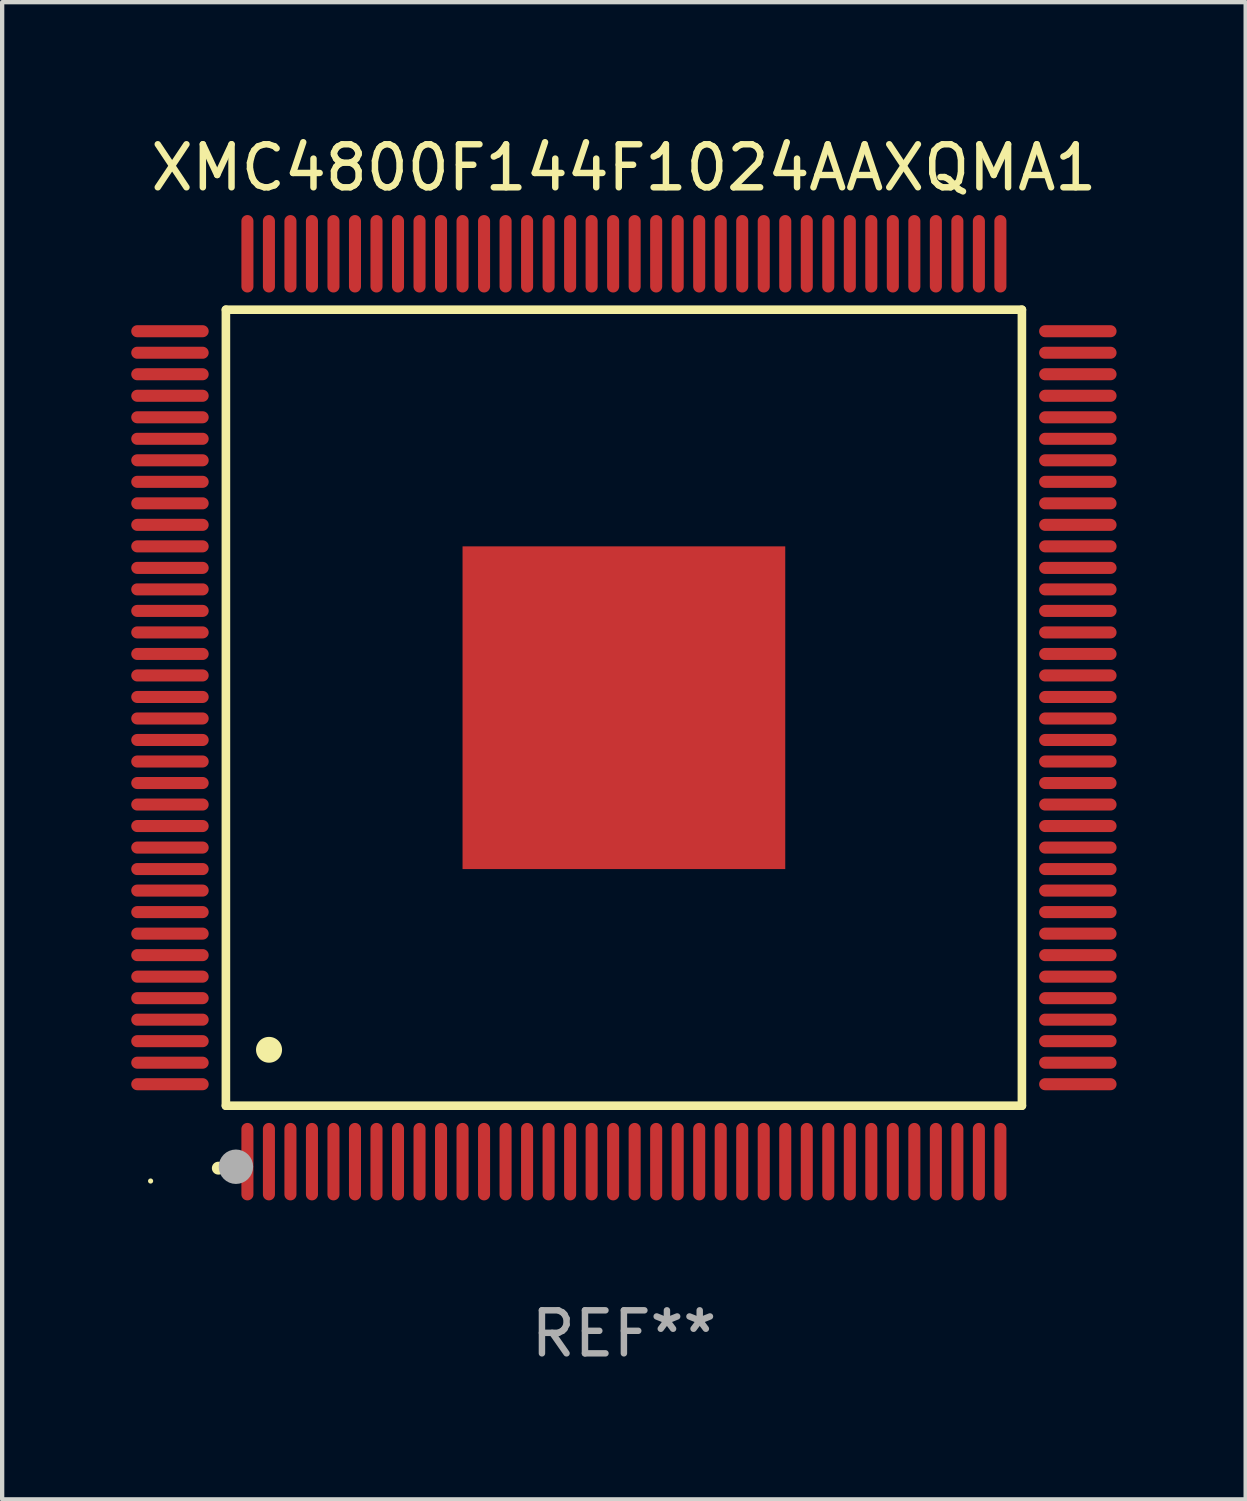
<source format=kicad_pcb>
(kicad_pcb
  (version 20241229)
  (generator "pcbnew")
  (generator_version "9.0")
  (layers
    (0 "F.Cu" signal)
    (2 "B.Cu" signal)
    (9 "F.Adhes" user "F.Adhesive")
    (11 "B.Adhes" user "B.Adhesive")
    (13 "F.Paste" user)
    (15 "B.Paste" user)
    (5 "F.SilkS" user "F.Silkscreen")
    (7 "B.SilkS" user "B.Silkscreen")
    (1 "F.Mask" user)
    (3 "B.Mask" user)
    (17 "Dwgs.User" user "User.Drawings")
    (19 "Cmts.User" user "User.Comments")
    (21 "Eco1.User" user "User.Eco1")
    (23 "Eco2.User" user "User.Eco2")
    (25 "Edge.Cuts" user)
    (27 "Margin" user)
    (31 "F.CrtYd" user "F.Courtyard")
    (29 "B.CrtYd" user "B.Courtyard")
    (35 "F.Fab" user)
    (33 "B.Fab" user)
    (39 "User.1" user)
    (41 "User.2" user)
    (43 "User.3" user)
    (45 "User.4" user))
  (footprint "XMC4800F144F1024AAXQMA1"
    (layer "F.Cu")
    (at 11.45 13.398)
    (property "Reference" "XMC4800F144F1024AAXQMA1" (at 0 -12.55 0) (layer "F.SilkS") (effects (font (size 1 1) (thickness 0.15))))
    (attr through_hole)
    (fp_line (start -9.25 -9.25) (end 9.25 -9.25) (stroke (width 0.2) (type solid)) (layer "F.SilkS"))
    (fp_line (start -9.25 9.25) (end -9.25 -9.25) (stroke (width 0.2) (type solid)) (layer "F.SilkS"))
    (fp_line (start 9.25 -9.25) (end 9.25 9.25) (stroke (width 0.2) (type solid)) (layer "F.SilkS"))
    (fp_line (start 9.25 9.25) (end -9.25 9.25) (stroke (width 0.2) (type solid)) (layer "F.SilkS"))
    (fp_arc (start -9.425959 10.701041) (mid -9.424689 10.701036) (end -9.423419 10.701041) (stroke (width 0.3) (type solid)) (layer "F.SilkS"))
    (fp_arc (start -8.249936 7.950216) (mid -8.247396 7.950205) (end -8.244856 7.950216) (stroke (width 0.6) (type solid)) (layer "F.SilkS"))
    (fp_circle (center -11 11) (end -10.97 11) (stroke (width 0.06) (type solid)) (fill no) (layer "F.SilkS"))
    (fp_circle (center -9.017 10.668) (end -8.817 10.668) (stroke (width 0.4) (type solid)) (fill no) (layer "F.Fab"))
    (fp_text user "REF**" (at 0 14.55 0) (layer "F.Fab") (effects (font (size 1 1) (thickness 0.15))))
    (pad "1" smd oval (at -8.75 10.55 180) (size 0.28 1.8) (layers "F.Cu" "F.Mask" "F.Paste"))
    (pad "2" smd oval (at -8.25 10.55 180) (size 0.28 1.8) (layers "F.Cu" "F.Mask" "F.Paste"))
    (pad "3" smd oval (at -7.75 10.55 180) (size 0.28 1.8) (layers "F.Cu" "F.Mask" "F.Paste"))
    (pad "4" smd oval (at -7.25 10.55 180) (size 0.28 1.8) (layers "F.Cu" "F.Mask" "F.Paste"))
    (pad "5" smd oval (at -6.75 10.55 180) (size 0.28 1.8) (layers "F.Cu" "F.Mask" "F.Paste"))
    (pad "6" smd oval (at -6.25 10.55 180) (size 0.28 1.8) (layers "F.Cu" "F.Mask" "F.Paste"))
    (pad "7" smd oval (at -5.75 10.55 180) (size 0.28 1.8) (layers "F.Cu" "F.Mask" "F.Paste"))
    (pad "8" smd oval (at -5.25 10.55 180) (size 0.28 1.8) (layers "F.Cu" "F.Mask" "F.Paste"))
    (pad "9" smd oval (at -4.75 10.55 180) (size 0.28 1.8) (layers "F.Cu" "F.Mask" "F.Paste"))
    (pad "10" smd oval (at -4.25 10.55 180) (size 0.28 1.8) (layers "F.Cu" "F.Mask" "F.Paste"))
    (pad "11" smd oval (at -3.75 10.55 180) (size 0.28 1.8) (layers "F.Cu" "F.Mask" "F.Paste"))
    (pad "12" smd oval (at -3.25 10.55 180) (size 0.28 1.8) (layers "F.Cu" "F.Mask" "F.Paste"))
    (pad "13" smd oval (at -2.75 10.55 180) (size 0.28 1.8) (layers "F.Cu" "F.Mask" "F.Paste"))
    (pad "14" smd oval (at -2.25 10.55 180) (size 0.28 1.8) (layers "F.Cu" "F.Mask" "F.Paste"))
    (pad "15" smd oval (at -1.75 10.55 180) (size 0.28 1.8) (layers "F.Cu" "F.Mask" "F.Paste"))
    (pad "16" smd oval (at -1.25 10.55 180) (size 0.28 1.8) (layers "F.Cu" "F.Mask" "F.Paste"))
    (pad "17" smd oval (at -0.75 10.55 180) (size 0.28 1.8) (layers "F.Cu" "F.Mask" "F.Paste"))
    (pad "18" smd oval (at -0.25 10.55 180) (size 0.28 1.8) (layers "F.Cu" "F.Mask" "F.Paste"))
    (pad "19" smd oval (at 0.25 10.55 180) (size 0.28 1.8) (layers "F.Cu" "F.Mask" "F.Paste"))
    (pad "20" smd oval (at 0.75 10.55 180) (size 0.28 1.8) (layers "F.Cu" "F.Mask" "F.Paste"))
    (pad "21" smd oval (at 1.25 10.55 180) (size 0.28 1.8) (layers "F.Cu" "F.Mask" "F.Paste"))
    (pad "22" smd oval (at 1.75 10.55 180) (size 0.28 1.8) (layers "F.Cu" "F.Mask" "F.Paste"))
    (pad "23" smd oval (at 2.25 10.55 180) (size 0.28 1.8) (layers "F.Cu" "F.Mask" "F.Paste"))
    (pad "24" smd oval (at 2.75 10.55 180) (size 0.28 1.8) (layers "F.Cu" "F.Mask" "F.Paste"))
    (pad "25" smd oval (at 3.25 10.55 180) (size 0.28 1.8) (layers "F.Cu" "F.Mask" "F.Paste"))
    (pad "26" smd oval (at 3.75 10.55 180) (size 0.28 1.8) (layers "F.Cu" "F.Mask" "F.Paste"))
    (pad "27" smd oval (at 4.25 10.55 180) (size 0.28 1.8) (layers "F.Cu" "F.Mask" "F.Paste"))
    (pad "28" smd oval (at 4.75 10.55 180) (size 0.28 1.8) (layers "F.Cu" "F.Mask" "F.Paste"))
    (pad "29" smd oval (at 5.25 10.55 180) (size 0.28 1.8) (layers "F.Cu" "F.Mask" "F.Paste"))
    (pad "30" smd oval (at 5.75 10.55 180) (size 0.28 1.8) (layers "F.Cu" "F.Mask" "F.Paste"))
    (pad "31" smd oval (at 6.25 10.55 180) (size 0.28 1.8) (layers "F.Cu" "F.Mask" "F.Paste"))
    (pad "32" smd oval (at 6.75 10.55 180) (size 0.28 1.8) (layers "F.Cu" "F.Mask" "F.Paste"))
    (pad "33" smd oval (at 7.25 10.55 180) (size 0.28 1.8) (layers "F.Cu" "F.Mask" "F.Paste"))
    (pad "34" smd oval (at 7.75 10.55 180) (size 0.28 1.8) (layers "F.Cu" "F.Mask" "F.Paste"))
    (pad "35" smd oval (at 8.25 10.55 180) (size 0.28 1.8) (layers "F.Cu" "F.Mask" "F.Paste"))
    (pad "36" smd oval (at 8.75 10.55 180) (size 0.28 1.8) (layers "F.Cu" "F.Mask" "F.Paste"))
    (pad "37" smd oval (at 10.55 8.75 90) (size 0.28 1.8) (layers "F.Cu" "F.Mask" "F.Paste"))
    (pad "38" smd oval (at 10.55 8.25 90) (size 0.28 1.8) (layers "F.Cu" "F.Mask" "F.Paste"))
    (pad "39" smd oval (at 10.55 7.75 90) (size 0.28 1.8) (layers "F.Cu" "F.Mask" "F.Paste"))
    (pad "40" smd oval (at 10.55 7.25 90) (size 0.28 1.8) (layers "F.Cu" "F.Mask" "F.Paste"))
    (pad "41" smd oval (at 10.55 6.75 90) (size 0.28 1.8) (layers "F.Cu" "F.Mask" "F.Paste"))
    (pad "42" smd oval (at 10.55 6.25 90) (size 0.28 1.8) (layers "F.Cu" "F.Mask" "F.Paste"))
    (pad "43" smd oval (at 10.55 5.75 90) (size 0.28 1.8) (layers "F.Cu" "F.Mask" "F.Paste"))
    (pad "44" smd oval (at 10.55 5.25 90) (size 0.28 1.8) (layers "F.Cu" "F.Mask" "F.Paste"))
    (pad "45" smd oval (at 10.55 4.75 90) (size 0.28 1.8) (layers "F.Cu" "F.Mask" "F.Paste"))
    (pad "46" smd oval (at 10.55 4.25 90) (size 0.28 1.8) (layers "F.Cu" "F.Mask" "F.Paste"))
    (pad "47" smd oval (at 10.55 3.75 90) (size 0.28 1.8) (layers "F.Cu" "F.Mask" "F.Paste"))
    (pad "48" smd oval (at 10.55 3.25 90) (size 0.28 1.8) (layers "F.Cu" "F.Mask" "F.Paste"))
    (pad "49" smd oval (at 10.55 2.75 90) (size 0.28 1.8) (layers "F.Cu" "F.Mask" "F.Paste"))
    (pad "50" smd oval (at 10.55 2.25 90) (size 0.28 1.8) (layers "F.Cu" "F.Mask" "F.Paste"))
    (pad "51" smd oval (at 10.55 1.75 90) (size 0.28 1.8) (layers "F.Cu" "F.Mask" "F.Paste"))
    (pad "52" smd oval (at 10.55 1.25 90) (size 0.28 1.8) (layers "F.Cu" "F.Mask" "F.Paste"))
    (pad "53" smd oval (at 10.55 0.75 90) (size 0.28 1.8) (layers "F.Cu" "F.Mask" "F.Paste"))
    (pad "54" smd oval (at 10.55 0.25 90) (size 0.28 1.8) (layers "F.Cu" "F.Mask" "F.Paste"))
    (pad "55" smd oval (at 10.55 -0.25 90) (size 0.28 1.8) (layers "F.Cu" "F.Mask" "F.Paste"))
    (pad "56" smd oval (at 10.55 -0.75 90) (size 0.28 1.8) (layers "F.Cu" "F.Mask" "F.Paste"))
    (pad "57" smd oval (at 10.55 -1.25 90) (size 0.28 1.8) (layers "F.Cu" "F.Mask" "F.Paste"))
    (pad "58" smd oval (at 10.55 -1.75 90) (size 0.28 1.8) (layers "F.Cu" "F.Mask" "F.Paste"))
    (pad "59" smd oval (at 10.55 -2.25 90) (size 0.28 1.8) (layers "F.Cu" "F.Mask" "F.Paste"))
    (pad "60" smd oval (at 10.55 -2.75 90) (size 0.28 1.8) (layers "F.Cu" "F.Mask" "F.Paste"))
    (pad "61" smd oval (at 10.55 -3.25 90) (size 0.28 1.8) (layers "F.Cu" "F.Mask" "F.Paste"))
    (pad "62" smd oval (at 10.55 -3.75 90) (size 0.28 1.8) (layers "F.Cu" "F.Mask" "F.Paste"))
    (pad "63" smd oval (at 10.55 -4.25 90) (size 0.28 1.8) (layers "F.Cu" "F.Mask" "F.Paste"))
    (pad "64" smd oval (at 10.55 -4.75 90) (size 0.28 1.8) (layers "F.Cu" "F.Mask" "F.Paste"))
    (pad "65" smd oval (at 10.55 -5.25 90) (size 0.28 1.8) (layers "F.Cu" "F.Mask" "F.Paste"))
    (pad "66" smd oval (at 10.55 -5.75 90) (size 0.28 1.8) (layers "F.Cu" "F.Mask" "F.Paste"))
    (pad "67" smd oval (at 10.55 -6.25 90) (size 0.28 1.8) (layers "F.Cu" "F.Mask" "F.Paste"))
    (pad "68" smd oval (at 10.55 -6.75 90) (size 0.28 1.8) (layers "F.Cu" "F.Mask" "F.Paste"))
    (pad "69" smd oval (at 10.55 -7.25 90) (size 0.28 1.8) (layers "F.Cu" "F.Mask" "F.Paste"))
    (pad "70" smd oval (at 10.55 -7.75 90) (size 0.28 1.8) (layers "F.Cu" "F.Mask" "F.Paste"))
    (pad "71" smd oval (at 10.55 -8.25 90) (size 0.28 1.8) (layers "F.Cu" "F.Mask" "F.Paste"))
    (pad "72" smd oval (at 10.55 -8.75 90) (size 0.28 1.8) (layers "F.Cu" "F.Mask" "F.Paste"))
    (pad "73" smd oval (at 8.75 -10.55 180) (size 0.28 1.8) (layers "F.Cu" "F.Mask" "F.Paste"))
    (pad "74" smd oval (at 8.25 -10.55 180) (size 0.28 1.8) (layers "F.Cu" "F.Mask" "F.Paste"))
    (pad "75" smd oval (at 7.75 -10.55 180) (size 0.28 1.8) (layers "F.Cu" "F.Mask" "F.Paste"))
    (pad "76" smd oval (at 7.25 -10.55 180) (size 0.28 1.8) (layers "F.Cu" "F.Mask" "F.Paste"))
    (pad "77" smd oval (at 6.75 -10.55 180) (size 0.28 1.8) (layers "F.Cu" "F.Mask" "F.Paste"))
    (pad "78" smd oval (at 6.25 -10.55 180) (size 0.28 1.8) (layers "F.Cu" "F.Mask" "F.Paste"))
    (pad "79" smd oval (at 5.75 -10.55 180) (size 0.28 1.8) (layers "F.Cu" "F.Mask" "F.Paste"))
    (pad "80" smd oval (at 5.25 -10.55 180) (size 0.28 1.8) (layers "F.Cu" "F.Mask" "F.Paste"))
    (pad "81" smd oval (at 4.75 -10.55 180) (size 0.28 1.8) (layers "F.Cu" "F.Mask" "F.Paste"))
    (pad "82" smd oval (at 4.25 -10.55 180) (size 0.28 1.8) (layers "F.Cu" "F.Mask" "F.Paste"))
    (pad "83" smd oval (at 3.75 -10.55 180) (size 0.28 1.8) (layers "F.Cu" "F.Mask" "F.Paste"))
    (pad "84" smd oval (at 3.25 -10.55 180) (size 0.28 1.8) (layers "F.Cu" "F.Mask" "F.Paste"))
    (pad "85" smd oval (at 2.75 -10.55 180) (size 0.28 1.8) (layers "F.Cu" "F.Mask" "F.Paste"))
    (pad "86" smd oval (at 2.25 -10.55 180) (size 0.28 1.8) (layers "F.Cu" "F.Mask" "F.Paste"))
    (pad "87" smd oval (at 1.75 -10.55 180) (size 0.28 1.8) (layers "F.Cu" "F.Mask" "F.Paste"))
    (pad "88" smd oval (at 1.25 -10.55 180) (size 0.28 1.8) (layers "F.Cu" "F.Mask" "F.Paste"))
    (pad "89" smd oval (at 0.75 -10.55 180) (size 0.28 1.8) (layers "F.Cu" "F.Mask" "F.Paste"))
    (pad "90" smd oval (at 0.25 -10.55 180) (size 0.28 1.8) (layers "F.Cu" "F.Mask" "F.Paste"))
    (pad "91" smd oval (at -0.25 -10.55 180) (size 0.28 1.8) (layers "F.Cu" "F.Mask" "F.Paste"))
    (pad "92" smd oval (at -0.75 -10.55 180) (size 0.28 1.8) (layers "F.Cu" "F.Mask" "F.Paste"))
    (pad "93" smd oval (at -1.25 -10.55 180) (size 0.28 1.8) (layers "F.Cu" "F.Mask" "F.Paste"))
    (pad "94" smd oval (at -1.75 -10.55 180) (size 0.28 1.8) (layers "F.Cu" "F.Mask" "F.Paste"))
    (pad "95" smd oval (at -2.25 -10.55 180) (size 0.28 1.8) (layers "F.Cu" "F.Mask" "F.Paste"))
    (pad "96" smd oval (at -2.75 -10.55 180) (size 0.28 1.8) (layers "F.Cu" "F.Mask" "F.Paste"))
    (pad "97" smd oval (at -3.25 -10.55 180) (size 0.28 1.8) (layers "F.Cu" "F.Mask" "F.Paste"))
    (pad "98" smd oval (at -3.75 -10.55 180) (size 0.28 1.8) (layers "F.Cu" "F.Mask" "F.Paste"))
    (pad "99" smd oval (at -4.25 -10.55 180) (size 0.28 1.8) (layers "F.Cu" "F.Mask" "F.Paste"))
    (pad "100" smd oval (at -4.75 -10.55 180) (size 0.28 1.8) (layers "F.Cu" "F.Mask" "F.Paste"))
    (pad "101" smd oval (at -5.25 -10.55 180) (size 0.28 1.8) (layers "F.Cu" "F.Mask" "F.Paste"))
    (pad "102" smd oval (at -5.75 -10.55 180) (size 0.28 1.8) (layers "F.Cu" "F.Mask" "F.Paste"))
    (pad "103" smd oval (at -6.25 -10.55 180) (size 0.28 1.8) (layers "F.Cu" "F.Mask" "F.Paste"))
    (pad "104" smd oval (at -6.75 -10.55 180) (size 0.28 1.8) (layers "F.Cu" "F.Mask" "F.Paste"))
    (pad "105" smd oval (at -7.25 -10.55 180) (size 0.28 1.8) (layers "F.Cu" "F.Mask" "F.Paste"))
    (pad "106" smd oval (at -7.75 -10.55 180) (size 0.28 1.8) (layers "F.Cu" "F.Mask" "F.Paste"))
    (pad "107" smd oval (at -8.25 -10.55 180) (size 0.28 1.8) (layers "F.Cu" "F.Mask" "F.Paste"))
    (pad "108" smd oval (at -8.75 -10.55 180) (size 0.28 1.8) (layers "F.Cu" "F.Mask" "F.Paste"))
    (pad "109" smd oval (at -10.55 -8.75 90) (size 0.28 1.8) (layers "F.Cu" "F.Mask" "F.Paste"))
    (pad "110" smd oval (at -10.55 -8.25 90) (size 0.28 1.8) (layers "F.Cu" "F.Mask" "F.Paste"))
    (pad "111" smd oval (at -10.55 -7.75 90) (size 0.28 1.8) (layers "F.Cu" "F.Mask" "F.Paste"))
    (pad "112" smd oval (at -10.55 -7.25 90) (size 0.28 1.8) (layers "F.Cu" "F.Mask" "F.Paste"))
    (pad "113" smd oval (at -10.55 -6.75 90) (size 0.28 1.8) (layers "F.Cu" "F.Mask" "F.Paste"))
    (pad "114" smd oval (at -10.55 -6.25 90) (size 0.28 1.8) (layers "F.Cu" "F.Mask" "F.Paste"))
    (pad "115" smd oval (at -10.55 -5.75 90) (size 0.28 1.8) (layers "F.Cu" "F.Mask" "F.Paste"))
    (pad "116" smd oval (at -10.55 -5.25 90) (size 0.28 1.8) (layers "F.Cu" "F.Mask" "F.Paste"))
    (pad "117" smd oval (at -10.55 -4.75 90) (size 0.28 1.8) (layers "F.Cu" "F.Mask" "F.Paste"))
    (pad "118" smd oval (at -10.55 -4.25 90) (size 0.28 1.8) (layers "F.Cu" "F.Mask" "F.Paste"))
    (pad "119" smd oval (at -10.55 -3.75 90) (size 0.28 1.8) (layers "F.Cu" "F.Mask" "F.Paste"))
    (pad "120" smd oval (at -10.55 -3.25 90) (size 0.28 1.8) (layers "F.Cu" "F.Mask" "F.Paste"))
    (pad "121" smd oval (at -10.55 -2.75 90) (size 0.28 1.8) (layers "F.Cu" "F.Mask" "F.Paste"))
    (pad "122" smd oval (at -10.55 -2.25 90) (size 0.28 1.8) (layers "F.Cu" "F.Mask" "F.Paste"))
    (pad "123" smd oval (at -10.55 -1.75 90) (size 0.28 1.8) (layers "F.Cu" "F.Mask" "F.Paste"))
    (pad "124" smd oval (at -10.55 -1.25 90) (size 0.28 1.8) (layers "F.Cu" "F.Mask" "F.Paste"))
    (pad "125" smd oval (at -10.55 -0.75 90) (size 0.28 1.8) (layers "F.Cu" "F.Mask" "F.Paste"))
    (pad "126" smd oval (at -10.55 -0.25 90) (size 0.28 1.8) (layers "F.Cu" "F.Mask" "F.Paste"))
    (pad "127" smd oval (at -10.55 0.25 90) (size 0.28 1.8) (layers "F.Cu" "F.Mask" "F.Paste"))
    (pad "128" smd oval (at -10.55 0.75 90) (size 0.28 1.8) (layers "F.Cu" "F.Mask" "F.Paste"))
    (pad "129" smd oval (at -10.55 1.25 90) (size 0.28 1.8) (layers "F.Cu" "F.Mask" "F.Paste"))
    (pad "130" smd oval (at -10.55 1.75 90) (size 0.28 1.8) (layers "F.Cu" "F.Mask" "F.Paste"))
    (pad "131" smd oval (at -10.55 2.25 90) (size 0.28 1.8) (layers "F.Cu" "F.Mask" "F.Paste"))
    (pad "132" smd oval (at -10.55 2.75 90) (size 0.28 1.8) (layers "F.Cu" "F.Mask" "F.Paste"))
    (pad "133" smd oval (at -10.55 3.25 90) (size 0.28 1.8) (layers "F.Cu" "F.Mask" "F.Paste"))
    (pad "134" smd oval (at -10.55 3.75 90) (size 0.28 1.8) (layers "F.Cu" "F.Mask" "F.Paste"))
    (pad "135" smd oval (at -10.55 4.25 90) (size 0.28 1.8) (layers "F.Cu" "F.Mask" "F.Paste"))
    (pad "136" smd oval (at -10.55 4.75 90) (size 0.28 1.8) (layers "F.Cu" "F.Mask" "F.Paste"))
    (pad "137" smd oval (at -10.55 5.25 90) (size 0.28 1.8) (layers "F.Cu" "F.Mask" "F.Paste"))
    (pad "138" smd oval (at -10.55 5.75 90) (size 0.28 1.8) (layers "F.Cu" "F.Mask" "F.Paste"))
    (pad "139" smd oval (at -10.55 6.25 90) (size 0.28 1.8) (layers "F.Cu" "F.Mask" "F.Paste"))
    (pad "140" smd oval (at -10.55 6.75 90) (size 0.28 1.8) (layers "F.Cu" "F.Mask" "F.Paste"))
    (pad "141" smd oval (at -10.55 7.25 90) (size 0.28 1.8) (layers "F.Cu" "F.Mask" "F.Paste"))
    (pad "142" smd oval (at -10.55 7.75 90) (size 0.28 1.8) (layers "F.Cu" "F.Mask" "F.Paste"))
    (pad "143" smd oval (at -10.55 8.25 90) (size 0.28 1.8) (layers "F.Cu" "F.Mask" "F.Paste"))
    (pad "144" smd oval (at -10.55 8.75 90) (size 0.28 1.8) (layers "F.Cu" "F.Mask" "F.Paste"))
    (pad "145" smd rect (at 0 0 90) (size 7.5 7.5) (layers "F.Cu" "F.Mask" "F.Paste")))
  (gr_rect
    (start -3 -3)
    (end 25.9 31.796)
    (stroke (width 0.1) (type default))
    (fill no)
    (layer "Edge.Cuts")))
</source>
